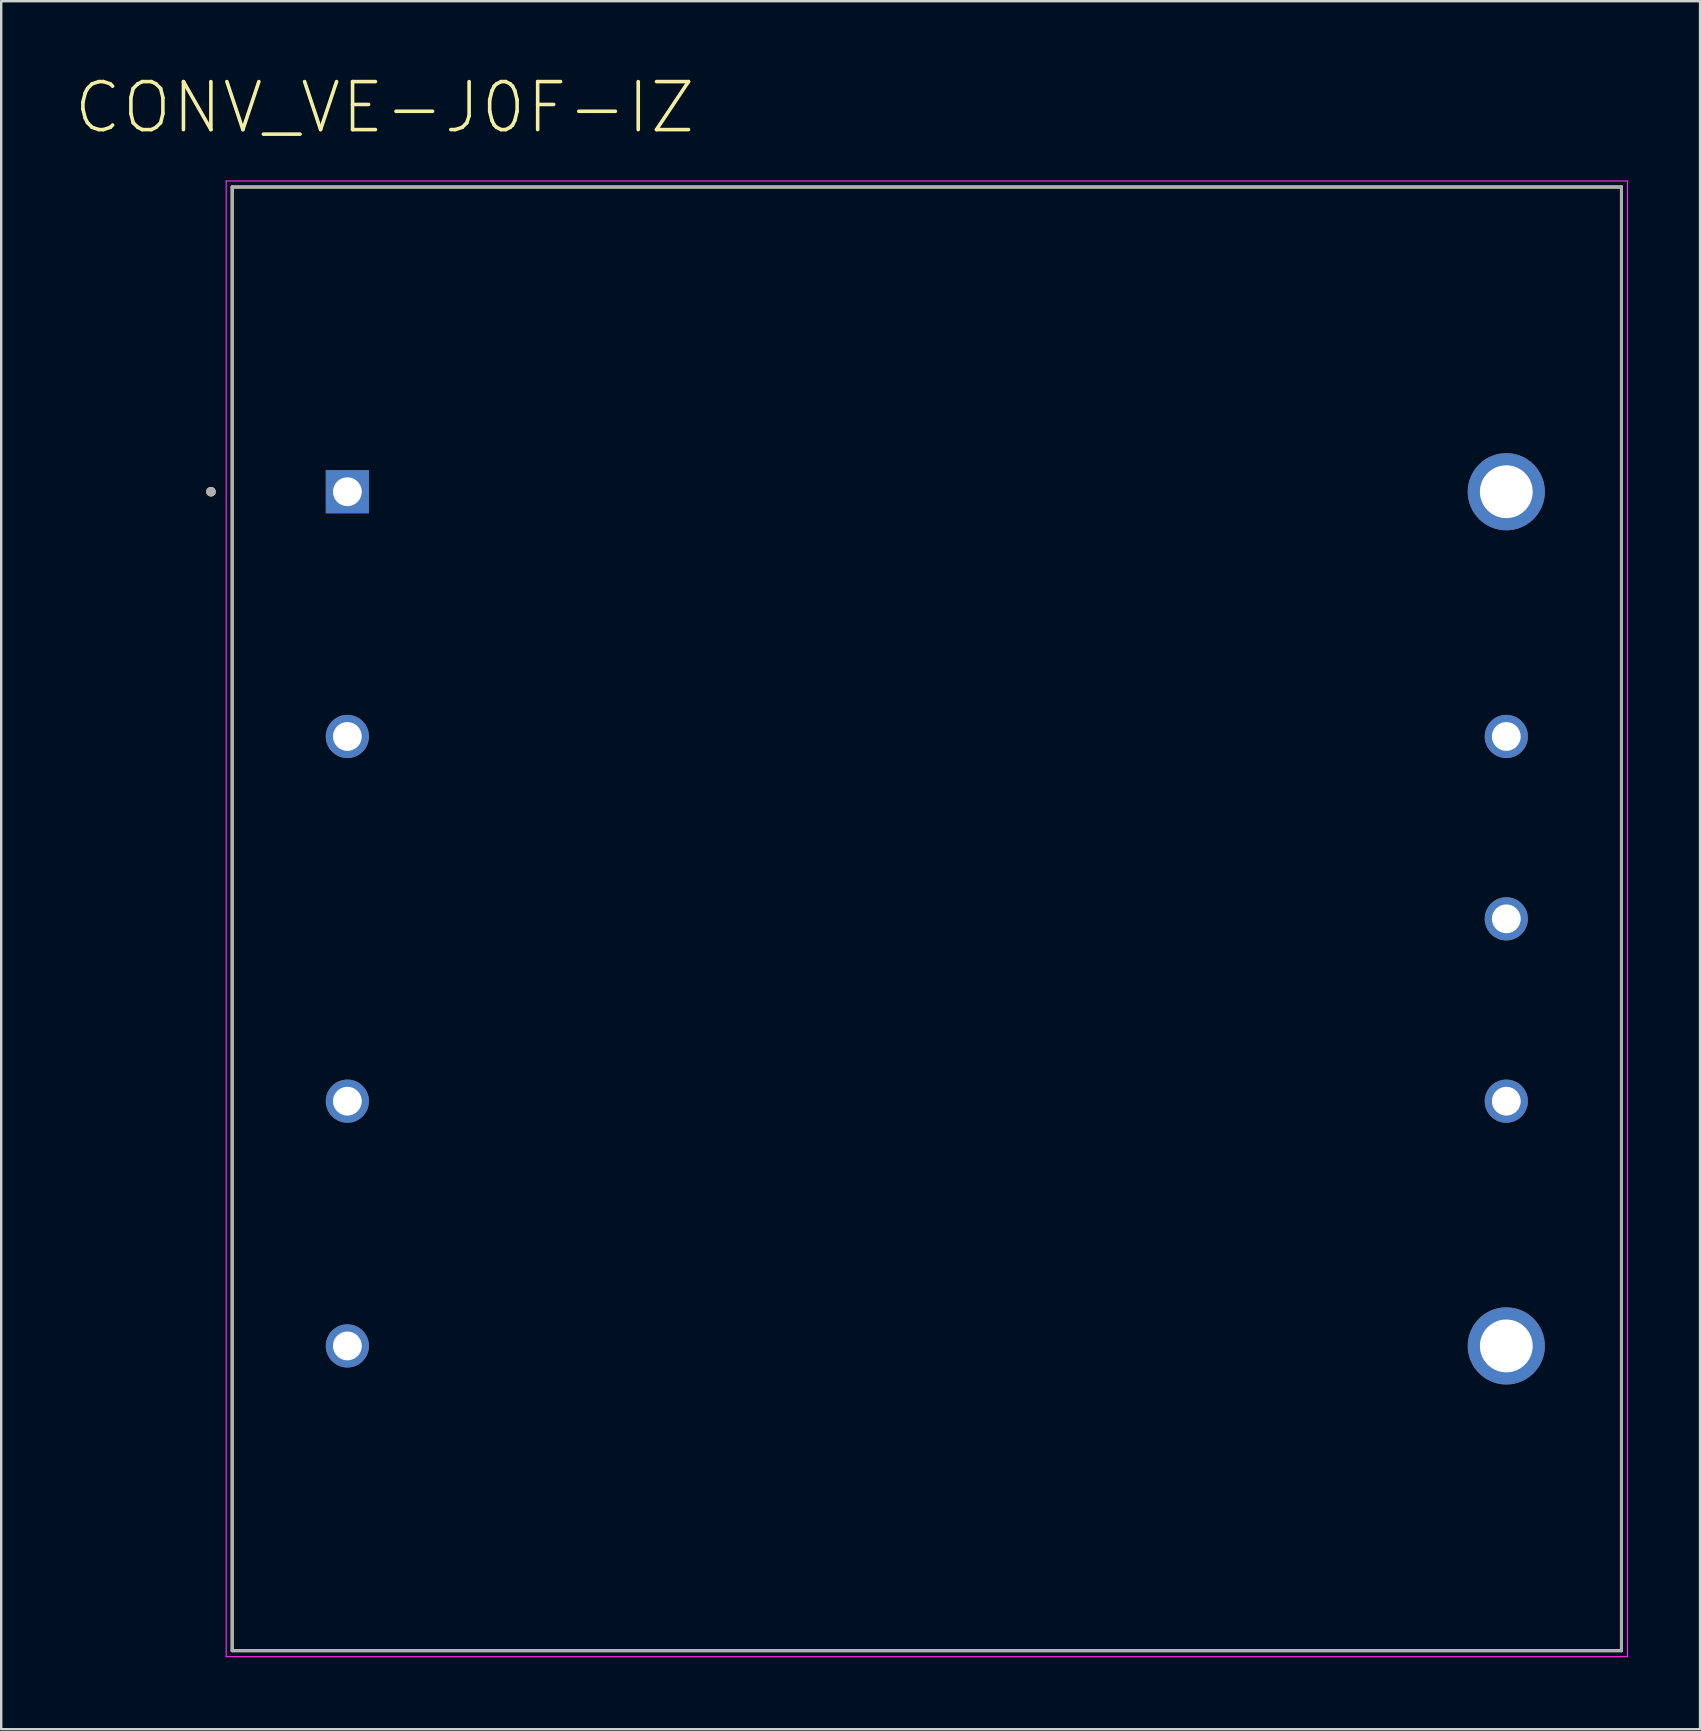
<source format=kicad_pcb>
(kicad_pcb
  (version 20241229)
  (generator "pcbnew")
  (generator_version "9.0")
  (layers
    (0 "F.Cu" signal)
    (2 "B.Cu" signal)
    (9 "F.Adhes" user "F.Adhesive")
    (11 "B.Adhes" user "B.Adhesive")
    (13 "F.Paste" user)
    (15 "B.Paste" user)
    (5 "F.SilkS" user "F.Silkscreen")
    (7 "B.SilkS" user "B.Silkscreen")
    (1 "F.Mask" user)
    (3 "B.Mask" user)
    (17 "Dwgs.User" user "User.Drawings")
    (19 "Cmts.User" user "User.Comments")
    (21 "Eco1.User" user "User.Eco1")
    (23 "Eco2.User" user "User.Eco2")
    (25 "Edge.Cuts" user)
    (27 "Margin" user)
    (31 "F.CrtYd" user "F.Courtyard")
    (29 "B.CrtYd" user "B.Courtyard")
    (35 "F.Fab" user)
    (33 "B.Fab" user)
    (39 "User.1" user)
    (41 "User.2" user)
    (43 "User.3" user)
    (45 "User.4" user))
  (footprint "CONV_VE-J0F-IZ"
    (layer "F.Cu")
    (at 35.577 35.243)
    (property "Reference" "CONV_VE-J0F-IZ" (at -22.6 -33.81 0) (layer "F.SilkS") (effects (font (size 2 2) (thickness 0.15))))
    (attr through_hole)
    (fp_line (start -28.95 -30.5) (end -28.95 30.5) (stroke (width 0.127) (type solid)) (layer "F.SilkS"))
    (fp_line (start -28.95 30.5) (end 28.95 30.5) (stroke (width 0.127) (type solid)) (layer "F.SilkS"))
    (fp_line (start 28.95 -30.5) (end -28.95 -30.5) (stroke (width 0.127) (type solid)) (layer "F.SilkS"))
    (fp_line (start 28.95 30.5) (end 28.95 -30.5) (stroke (width 0.127) (type solid)) (layer "F.SilkS"))
    (fp_circle (center -29.835 -17.8) (end -29.735 -17.8) (stroke (width 0.2) (type solid)) (fill no) (layer "F.SilkS"))
    (fp_line (start -29.2 -30.75) (end -29.2 30.75) (stroke (width 0.05) (type solid)) (layer "F.CrtYd"))
    (fp_line (start -29.2 30.75) (end 29.2 30.75) (stroke (width 0.05) (type solid)) (layer "F.CrtYd"))
    (fp_line (start 29.2 -30.75) (end -29.2 -30.75) (stroke (width 0.05) (type solid)) (layer "F.CrtYd"))
    (fp_line (start 29.2 30.75) (end 29.2 -30.75) (stroke (width 0.05) (type solid)) (layer "F.CrtYd"))
    (fp_line (start -28.95 -30.5) (end -28.95 30.5) (stroke (width 0.127) (type solid)) (layer "F.Fab"))
    (fp_line (start -28.95 30.5) (end 28.95 30.5) (stroke (width 0.127) (type solid)) (layer "F.Fab"))
    (fp_line (start 28.95 -30.5) (end -28.95 -30.5) (stroke (width 0.127) (type solid)) (layer "F.Fab"))
    (fp_line (start 28.95 30.5) (end 28.95 -30.5) (stroke (width 0.127) (type solid)) (layer "F.Fab"))
    (fp_circle (center -29.835 -17.8) (end -29.735 -17.8) (stroke (width 0.2) (type solid)) (fill no) (layer "F.Fab"))
    (pad "1" thru_hole rect (at -24.15 -17.8) (size 1.8 1.8) (drill 1.2) (layers "*.Cu" "*.Mask"))
    (pad "2" thru_hole circle (at -24.15 -7.6) (size 1.8 1.8) (drill 1.2) (layers "*.Cu" "*.Mask"))
    (pad "3" thru_hole circle (at -24.15 7.6) (size 1.8 1.8) (drill 1.2) (layers "*.Cu" "*.Mask"))
    (pad "4" thru_hole circle (at -24.15 17.8) (size 1.8 1.8) (drill 1.2) (layers "*.Cu" "*.Mask"))
    (pad "5" thru_hole circle (at 24.15 -17.8) (size 3.216 3.216) (drill 2.2) (layers "*.Cu" "*.Mask"))
    (pad "6" thru_hole circle (at 24.15 -7.6) (size 1.8 1.8) (drill 1.2) (layers "*.Cu" "*.Mask"))
    (pad "7" thru_hole circle (at 24.15 0) (size 1.8 1.8) (drill 1.2) (layers "*.Cu" "*.Mask"))
    (pad "8" thru_hole circle (at 24.15 7.6) (size 1.8 1.8) (drill 1.2) (layers "*.Cu" "*.Mask"))
    (pad "9" thru_hole circle (at 24.15 17.8) (size 3.216 3.216) (drill 2.2) (layers "*.Cu" "*.Mask")))
  (gr_rect
    (start -3 -3)
    (end 67.802 69.018)
    (stroke (width 0.1) (type default))
    (fill no)
    (layer "Edge.Cuts")))
</source>
